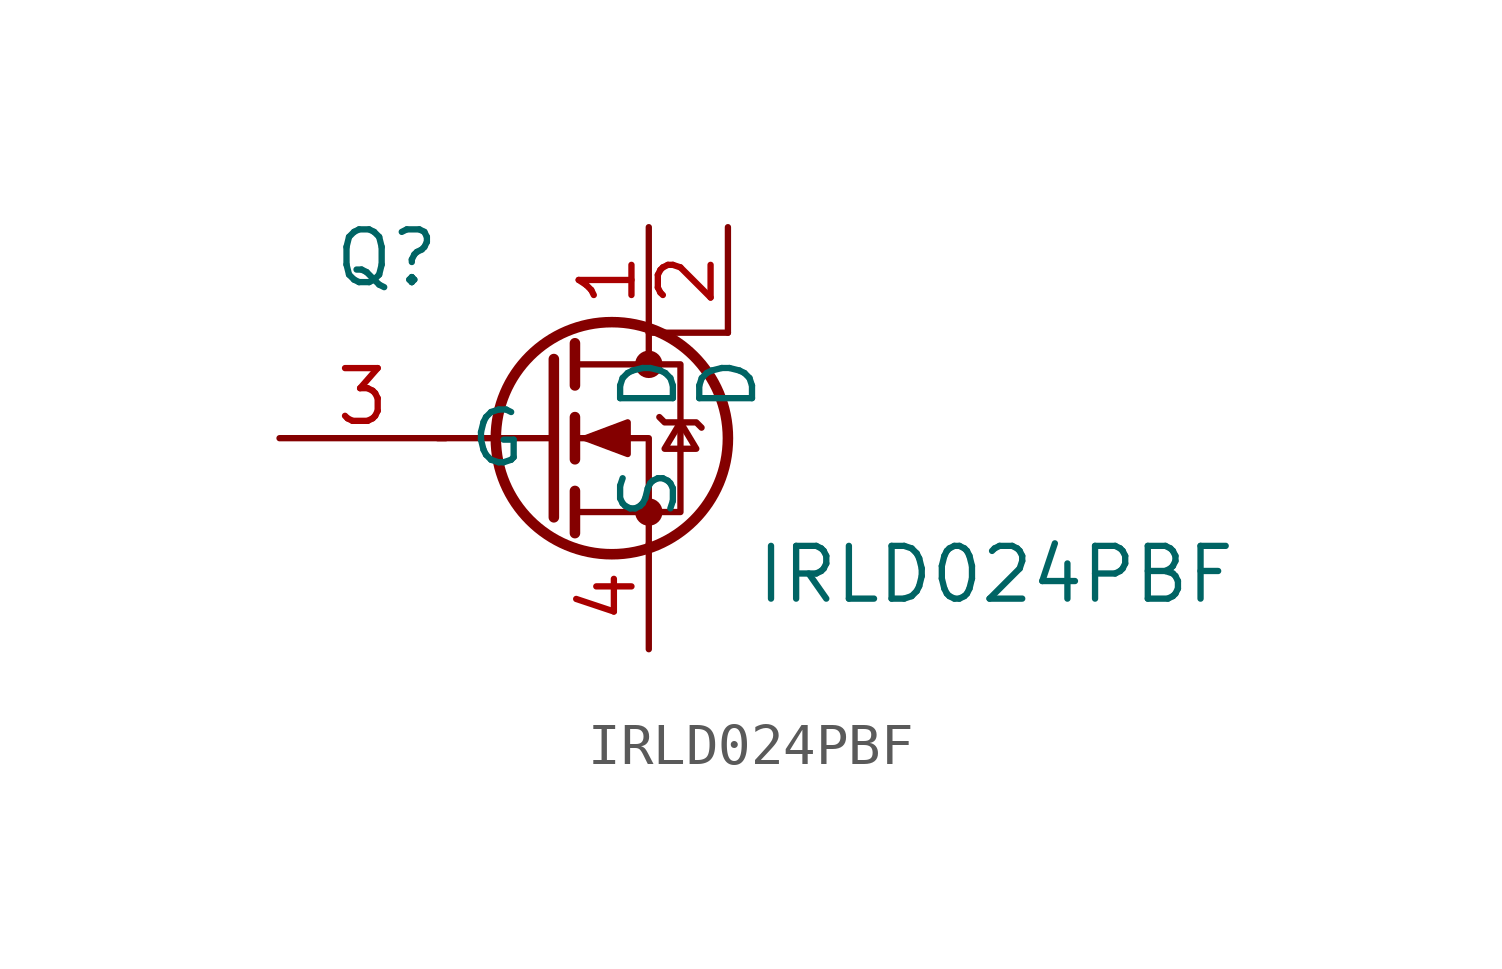
<source format=kicad_sym>
(kicad_symbol_lib
  (version 20220914)
  (generator kicad_symbol_editor)
  (symbol "IRLD024PBF"
    (property "Reference" "Q"
      (at 6.35 5.715 0)
      (effects (font (size 1.27 1.27)) (justify left top)))
    (property "Value" "IRLD024PBF"
      (at 16.51 -1.905 0)
      (effects (font (size 1.27 1.27)) (justify left top)))
    (symbol "IRLD024PBF_0_1"
      (polyline (pts (xy 11.684 0.635) (xy 8.89 0.635)) (stroke (width 0) (type default)) (fill (type none)))
      (polyline (pts (xy 11.684 2.54) (xy 11.684 -1.27)) (stroke (width 0.254) (type default)) (fill (type none)))
      (polyline (pts (xy 12.192 -0.635) (xy 12.192 -1.651)) (stroke (width 0.254) (type default)) (fill (type none)))
      (polyline (pts (xy 12.192 1.143) (xy 12.192 0.127)) (stroke (width 0.254) (type default)) (fill (type none)))
      (polyline (pts (xy 12.192 2.921) (xy 12.192 1.905)) (stroke (width 0.254) (type default)) (fill (type none)))
      (polyline (pts (xy 13.97 3.175) (xy 13.97 2.413)) (stroke (width 0) (type default)) (fill (type none)))
      (polyline (pts (xy 15.875 3.175) (xy 13.97 3.175)) (stroke (width 0) (type default)) (fill (type none)))
      (polyline (pts (xy 13.97 -1.905) (xy 13.97 0.635) (xy 12.192 0.635)) (stroke (width 0) (type default)) (fill (type none)))
      (polyline (pts (xy 12.192 -1.143) (xy 14.732 -1.143) (xy 14.732 2.413) (xy 12.192 2.413)) (stroke (width 0) (type default)) (fill (type none)))
      (polyline (pts (xy 12.446 0.635) (xy 13.462 1.016) (xy 13.462 0.254) (xy 12.446 0.635)) (stroke (width 0) (type default)) (fill (type outline)))
      (polyline (pts (xy 14.224 1.143) (xy 14.351 1.016) (xy 15.113 1.016) (xy 15.24 0.889)) (stroke (width 0) (type default)) (fill (type none)))
      (polyline (pts (xy 14.732 1.016) (xy 14.351 0.381) (xy 15.113 0.381) (xy 14.732 1.016)) (stroke (width 0) (type default)) (fill (type none)))
      (circle (center 13.081 0.635) (radius 2.794) (stroke (width 0.254) (type default)) (fill (type none)))
      (circle (center 13.97 -1.143) (radius 0.254) (stroke (width 0) (type default)) (fill (type outline)))
      (circle (center 13.97 2.413) (radius 0.254) (stroke (width 0) (type default)) (fill (type outline))))
    (symbol "IRLD024PBF_1_1"
      (pin passive line (at 13.97 5.715 270) (length 2.54) (name "D" (effects (font (size 1.27 1.27)))) (number "1" (effects (font (size 1.27 1.27)))))
      (pin passive line (at 15.875 5.715 270) (length 2.54) (name "D" (effects (font (size 1.27 1.27)))) (number "2" (effects (font (size 1.27 1.27)))))
      (pin input line (at 5.08 0.635 0) (length 4) (name "G" (effects (font (size 1.27 1.27)))) (number "3" (effects (font (size 1.27 1.27)))))
      (pin passive line (at 13.97 -4.445 90) (length 2.54) (name "S" (effects (font (size 1.27 1.27)))) (number "4" (effects (font (size 1.27 1.27))))))))
</source>
